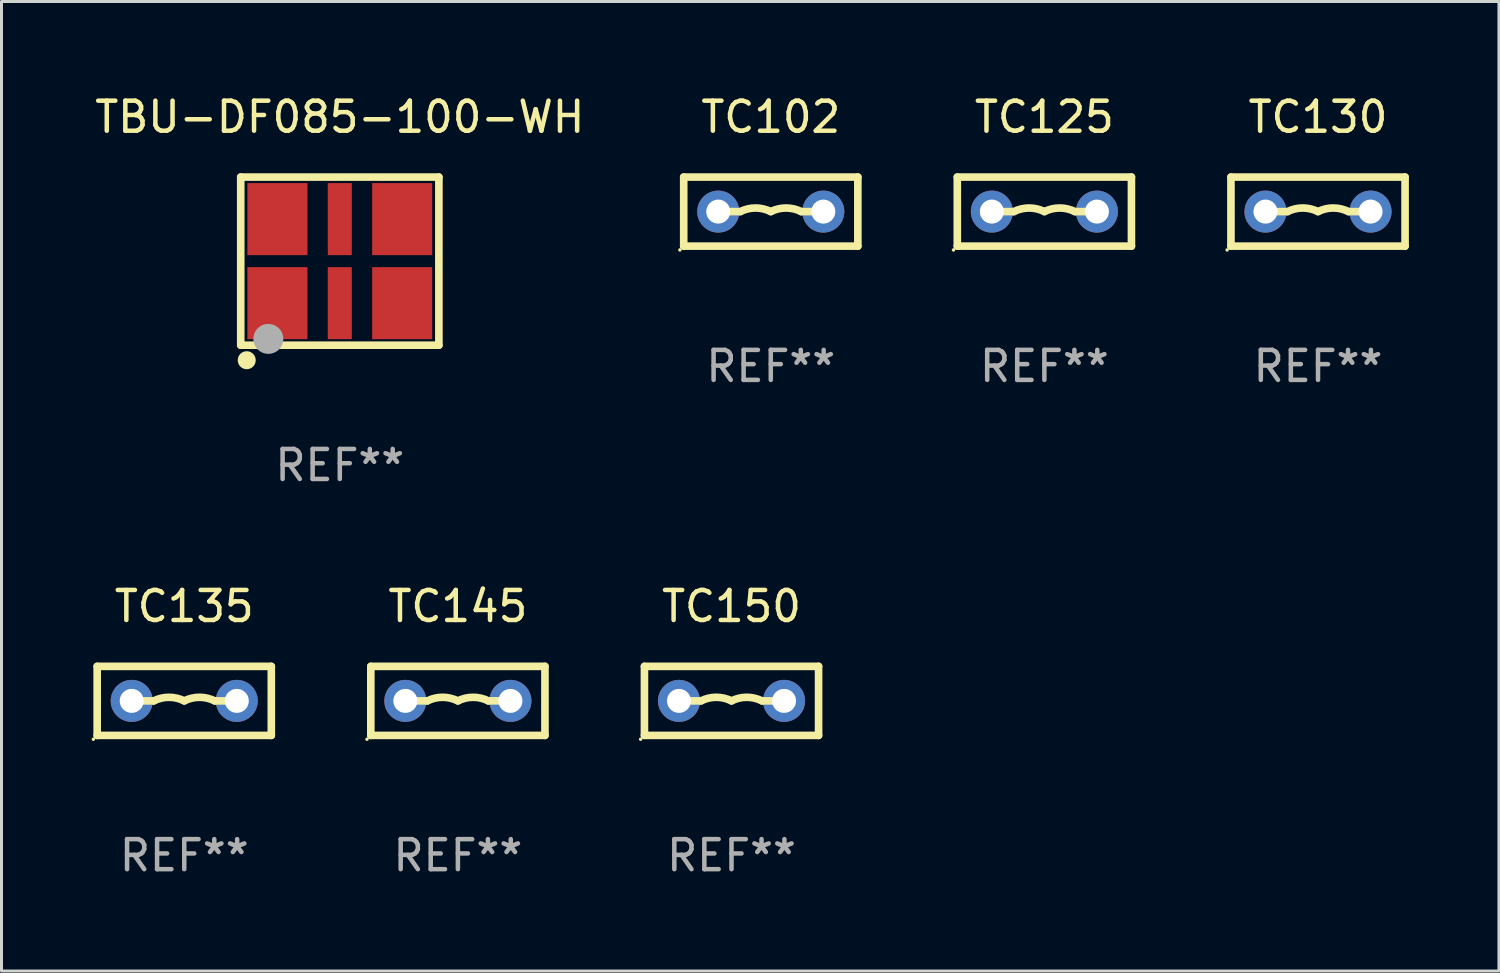
<source format=kicad_pcb>
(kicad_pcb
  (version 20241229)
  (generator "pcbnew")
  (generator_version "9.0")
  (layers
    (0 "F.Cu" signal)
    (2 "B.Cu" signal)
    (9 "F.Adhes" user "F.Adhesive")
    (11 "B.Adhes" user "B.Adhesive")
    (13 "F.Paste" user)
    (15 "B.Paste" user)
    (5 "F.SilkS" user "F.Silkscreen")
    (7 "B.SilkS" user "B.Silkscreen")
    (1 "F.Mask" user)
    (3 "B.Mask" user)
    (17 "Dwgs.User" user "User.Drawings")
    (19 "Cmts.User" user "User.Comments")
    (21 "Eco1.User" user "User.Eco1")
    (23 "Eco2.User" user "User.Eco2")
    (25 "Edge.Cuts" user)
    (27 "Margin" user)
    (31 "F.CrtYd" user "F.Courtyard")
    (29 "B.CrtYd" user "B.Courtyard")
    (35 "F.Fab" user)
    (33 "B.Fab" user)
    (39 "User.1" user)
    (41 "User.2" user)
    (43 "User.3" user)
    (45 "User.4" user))
  (footprint "TBU-DF085-100-WH"
    (layer "F.Cu")
    (at 8.268 5.648)
    (property "Reference" "TBU-DF085-100-WH" (at 0 -4.8 0) (layer "F.SilkS") (effects (font (size 1 1) (thickness 0.15))))
    (attr through_hole)
    (fp_line (start -3.3 -2.8) (end 3.3 -2.8) (stroke (width 0.254) (type solid)) (layer "F.SilkS"))
    (fp_line (start -3.3 2.8) (end -3.3 -2.8) (stroke (width 0.254) (type solid)) (layer "F.SilkS"))
    (fp_line (start 3.3 -2.8) (end 3.3 2.8) (stroke (width 0.254) (type solid)) (layer "F.SilkS"))
    (fp_line (start 3.3 2.8) (end -3.3 2.8) (stroke (width 0.254) (type solid)) (layer "F.SilkS"))
    (fp_circle (center -3.25 2.25) (end -3.22 2.25) (stroke (width 0.06) (type solid)) (fill no) (layer "F.SilkS"))
    (fp_circle (center -3.1 3.3) (end -2.95 3.3) (stroke (width 0.3) (type solid)) (fill no) (layer "F.SilkS"))
    (fp_circle (center -2.38 2.59) (end -2.13 2.59) (stroke (width 0.5) (type solid)) (fill no) (layer "F.Fab"))
    (fp_text user "REF**" (at 0 6.8 0) (layer "F.Fab") (effects (font (size 1 1) (thickness 0.15))))
    (pad "1" smd rect (at -2.078 1.4) (size 2 2.4) (layers "F.Cu" "F.Mask" "F.Paste"))
    (pad "2" smd rect (at 0 1.4) (size 0.8 2.4) (layers "F.Cu" "F.Mask" "F.Paste"))
    (pad "3" smd rect (at 2.078 1.4) (size 2 2.4) (layers "F.Cu" "F.Mask" "F.Paste"))
    (pad "4" smd rect (at 2.078 -1.4) (size 2 2.4) (layers "F.Cu" "F.Mask" "F.Paste"))
    (pad "5" smd rect (at 0 -1.4) (size 0.8 2.4) (layers "F.Cu" "F.Mask" "F.Paste"))
    (pad "6" smd rect (at -2.078 -1.4) (size 2 2.4) (layers "F.Cu" "F.Mask" "F.Paste")))
  (footprint "TC150"
    (layer "F.Cu")
    (at 21.315 20.295)
    (property "Reference" "TC150" (at 0 -3.15 0) (layer "F.SilkS") (effects (font (size 1 1) (thickness 0.15))))
    (attr through_hole)
    (fp_line (start -2.9 -1.15) (end -2.9 1.15) (stroke (width 0.254) (type solid)) (layer "F.SilkS"))
    (fp_line (start -2.9 -1.15) (end 2.9 -1.15) (stroke (width 0.254) (type solid)) (layer "F.SilkS"))
    (fp_line (start -1.419 0) (end -1.016 0) (stroke (width 0.254) (type solid)) (layer "F.SilkS"))
    (fp_line (start 1.419 0) (end 1.016 0) (stroke (width 0.254) (type solid)) (layer "F.SilkS"))
    (fp_line (start 2.9 -1.15) (end 2.9 1.15) (stroke (width 0.254) (type solid)) (layer "F.SilkS"))
    (fp_line (start 2.9 1.15) (end -2.9 1.15) (stroke (width 0.254) (type solid)) (layer "F.SilkS"))
    (fp_arc (start -1.016002 0) (mid -0.508001 -0.119923) (end 0 0) (stroke (width 0.254001) (type solid)) (layer "F.SilkS"))
    (fp_arc (start 0 0) (mid 0.508001 -0.119915) (end 1.016002 0) (stroke (width 0.254001) (type solid)) (layer "F.SilkS"))
    (fp_circle (center -3.027 1.277) (end -2.997 1.277) (stroke (width 0.06) (type solid)) (fill no) (layer "F.SilkS"))
    (fp_text user "REF**" (at 0 5.15 0) (layer "F.Fab") (effects (font (size 1 1) (thickness 0.15))))
    (pad "1" thru_hole circle (at -1.75 0) (size 1.4 1.4) (drill 0.8) (layers "*.Cu" "*.Mask"))
    (pad "2" thru_hole circle (at 1.75 0) (size 1.4 1.4) (drill 0.8) (layers "*.Cu" "*.Mask")))
  (footprint "TC130"
    (layer "F.Cu")
    (at 40.85 3.998)
    (property "Reference" "TC130" (at 0 -3.15 0) (layer "F.SilkS") (effects (font (size 1 1) (thickness 0.15))))
    (attr through_hole)
    (fp_line (start -2.9 -1.15) (end -2.9 1.15) (stroke (width 0.254) (type solid)) (layer "F.SilkS"))
    (fp_line (start -2.9 -1.15) (end 2.9 -1.15) (stroke (width 0.254) (type solid)) (layer "F.SilkS"))
    (fp_line (start -1.419 0) (end -1.016 0) (stroke (width 0.254) (type solid)) (layer "F.SilkS"))
    (fp_line (start 1.419 0) (end 1.016 0) (stroke (width 0.254) (type solid)) (layer "F.SilkS"))
    (fp_line (start 2.9 -1.15) (end 2.9 1.15) (stroke (width 0.254) (type solid)) (layer "F.SilkS"))
    (fp_line (start 2.9 1.15) (end -2.9 1.15) (stroke (width 0.254) (type solid)) (layer "F.SilkS"))
    (fp_arc (start -1.016002 0) (mid -0.508001 -0.119923) (end 0 0) (stroke (width 0.254001) (type solid)) (layer "F.SilkS"))
    (fp_arc (start 0 0) (mid 0.508001 -0.119915) (end 1.016002 0) (stroke (width 0.254001) (type solid)) (layer "F.SilkS"))
    (fp_circle (center -3.027 1.277) (end -2.997 1.277) (stroke (width 0.06) (type solid)) (fill no) (layer "F.SilkS"))
    (fp_text user "REF**" (at 0 5.15 0) (layer "F.Fab") (effects (font (size 1 1) (thickness 0.15))))
    (pad "1" thru_hole circle (at -1.75 0) (size 1.4 1.4) (drill 0.8) (layers "*.Cu" "*.Mask"))
    (pad "2" thru_hole circle (at 1.75 0) (size 1.4 1.4) (drill 0.8) (layers "*.Cu" "*.Mask")))
  (footprint "TC145"
    (layer "F.Cu")
    (at 12.201 20.295)
    (property "Reference" "TC145" (at 0 -3.15 0) (layer "F.SilkS") (effects (font (size 1 1) (thickness 0.15))))
    (attr through_hole)
    (fp_line (start -2.9 -1.15) (end -2.9 1.15) (stroke (width 0.254) (type solid)) (layer "F.SilkS"))
    (fp_line (start -2.9 -1.15) (end 2.9 -1.15) (stroke (width 0.254) (type solid)) (layer "F.SilkS"))
    (fp_line (start -1.419 0) (end -1.016 0) (stroke (width 0.254) (type solid)) (layer "F.SilkS"))
    (fp_line (start 1.419 0) (end 1.016 0) (stroke (width 0.254) (type solid)) (layer "F.SilkS"))
    (fp_line (start 2.9 -1.15) (end 2.9 1.15) (stroke (width 0.254) (type solid)) (layer "F.SilkS"))
    (fp_line (start 2.9 1.15) (end -2.9 1.15) (stroke (width 0.254) (type solid)) (layer "F.SilkS"))
    (fp_arc (start -1.016002 0) (mid -0.508001 -0.119923) (end 0 0) (stroke (width 0.254001) (type solid)) (layer "F.SilkS"))
    (fp_arc (start 0 0) (mid 0.508001 -0.119915) (end 1.016002 0) (stroke (width 0.254001) (type solid)) (layer "F.SilkS"))
    (fp_circle (center -3.027 1.277) (end -2.997 1.277) (stroke (width 0.06) (type solid)) (fill no) (layer "F.SilkS"))
    (fp_text user "REF**" (at 0 5.15 0) (layer "F.Fab") (effects (font (size 1 1) (thickness 0.15))))
    (pad "1" thru_hole circle (at -1.75 0) (size 1.4 1.4) (drill 0.8) (layers "*.Cu" "*.Mask"))
    (pad "2" thru_hole circle (at 1.75 0) (size 1.4 1.4) (drill 0.8) (layers "*.Cu" "*.Mask")))
  (footprint "TC102"
    (layer "F.Cu")
    (at 22.623 3.998)
    (property "Reference" "TC102" (at 0 -3.15 0) (layer "F.SilkS") (effects (font (size 1 1) (thickness 0.15))))
    (attr through_hole)
    (fp_line (start -2.9 -1.15) (end -2.9 1.15) (stroke (width 0.254) (type solid)) (layer "F.SilkS"))
    (fp_line (start -2.9 -1.15) (end 2.9 -1.15) (stroke (width 0.254) (type solid)) (layer "F.SilkS"))
    (fp_line (start -1.419 0) (end -1.016 0) (stroke (width 0.254) (type solid)) (layer "F.SilkS"))
    (fp_line (start 1.419 0) (end 1.016 0) (stroke (width 0.254) (type solid)) (layer "F.SilkS"))
    (fp_line (start 2.9 -1.15) (end 2.9 1.15) (stroke (width 0.254) (type solid)) (layer "F.SilkS"))
    (fp_line (start 2.9 1.15) (end -2.9 1.15) (stroke (width 0.254) (type solid)) (layer "F.SilkS"))
    (fp_arc (start -1.016002 0) (mid -0.508001 -0.119923) (end 0 0) (stroke (width 0.254001) (type solid)) (layer "F.SilkS"))
    (fp_arc (start 0 0) (mid 0.508001 -0.119915) (end 1.016002 0) (stroke (width 0.254001) (type solid)) (layer "F.SilkS"))
    (fp_circle (center -3.027 1.277) (end -2.997 1.277) (stroke (width 0.06) (type solid)) (fill no) (layer "F.SilkS"))
    (fp_text user "REF**" (at 0 5.15 0) (layer "F.Fab") (effects (font (size 1 1) (thickness 0.15))))
    (pad "1" thru_hole circle (at -1.75 0) (size 1.4 1.4) (drill 0.8) (layers "*.Cu" "*.Mask"))
    (pad "2" thru_hole circle (at 1.75 0) (size 1.4 1.4) (drill 0.8) (layers "*.Cu" "*.Mask")))
  (footprint "TC125"
    (layer "F.Cu")
    (at 31.736 3.998)
    (property "Reference" "TC125" (at 0 -3.15 0) (layer "F.SilkS") (effects (font (size 1 1) (thickness 0.15))))
    (attr through_hole)
    (fp_line (start -2.9 -1.15) (end -2.9 1.15) (stroke (width 0.254) (type solid)) (layer "F.SilkS"))
    (fp_line (start -2.9 -1.15) (end 2.9 -1.15) (stroke (width 0.254) (type solid)) (layer "F.SilkS"))
    (fp_line (start -1.419 0) (end -1.016 0) (stroke (width 0.254) (type solid)) (layer "F.SilkS"))
    (fp_line (start 1.419 0) (end 1.016 0) (stroke (width 0.254) (type solid)) (layer "F.SilkS"))
    (fp_line (start 2.9 -1.15) (end 2.9 1.15) (stroke (width 0.254) (type solid)) (layer "F.SilkS"))
    (fp_line (start 2.9 1.15) (end -2.9 1.15) (stroke (width 0.254) (type solid)) (layer "F.SilkS"))
    (fp_arc (start -1.016002 0) (mid -0.508001 -0.119923) (end 0 0) (stroke (width 0.254001) (type solid)) (layer "F.SilkS"))
    (fp_arc (start 0 0) (mid 0.508001 -0.119915) (end 1.016002 0) (stroke (width 0.254001) (type solid)) (layer "F.SilkS"))
    (fp_circle (center -3.027 1.277) (end -2.997 1.277) (stroke (width 0.06) (type solid)) (fill no) (layer "F.SilkS"))
    (fp_text user "REF**" (at 0 5.15 0) (layer "F.Fab") (effects (font (size 1 1) (thickness 0.15))))
    (pad "1" thru_hole circle (at -1.75 0) (size 1.4 1.4) (drill 0.8) (layers "*.Cu" "*.Mask"))
    (pad "2" thru_hole circle (at 1.75 0) (size 1.4 1.4) (drill 0.8) (layers "*.Cu" "*.Mask")))
  (footprint "TC135"
    (layer "F.Cu")
    (at 3.087 20.295)
    (property "Reference" "TC135" (at 0 -3.15 0) (layer "F.SilkS") (effects (font (size 1 1) (thickness 0.15))))
    (attr through_hole)
    (fp_line (start -2.9 -1.15) (end -2.9 1.15) (stroke (width 0.254) (type solid)) (layer "F.SilkS"))
    (fp_line (start -2.9 -1.15) (end 2.9 -1.15) (stroke (width 0.254) (type solid)) (layer "F.SilkS"))
    (fp_line (start -1.419 0) (end -1.016 0) (stroke (width 0.254) (type solid)) (layer "F.SilkS"))
    (fp_line (start 1.419 0) (end 1.016 0) (stroke (width 0.254) (type solid)) (layer "F.SilkS"))
    (fp_line (start 2.9 -1.15) (end 2.9 1.15) (stroke (width 0.254) (type solid)) (layer "F.SilkS"))
    (fp_line (start 2.9 1.15) (end -2.9 1.15) (stroke (width 0.254) (type solid)) (layer "F.SilkS"))
    (fp_arc (start -1.016002 0) (mid -0.508001 -0.119923) (end 0 0) (stroke (width 0.254001) (type solid)) (layer "F.SilkS"))
    (fp_arc (start 0 0) (mid 0.508001 -0.119915) (end 1.016002 0) (stroke (width 0.254001) (type solid)) (layer "F.SilkS"))
    (fp_circle (center -3.027 1.277) (end -2.997 1.277) (stroke (width 0.06) (type solid)) (fill no) (layer "F.SilkS"))
    (fp_text user "REF**" (at 0 5.15 0) (layer "F.Fab") (effects (font (size 1 1) (thickness 0.15))))
    (pad "1" thru_hole circle (at -1.75 0) (size 1.4 1.4) (drill 0.8) (layers "*.Cu" "*.Mask"))
    (pad "2" thru_hole circle (at 1.75 0) (size 1.4 1.4) (drill 0.8) (layers "*.Cu" "*.Mask")))
  (gr_rect
    (start -3 -3)
    (end 46.877 29.293)
    (stroke (width 0.1) (type default))
    (fill no)
    (layer "Edge.Cuts")))
</source>
